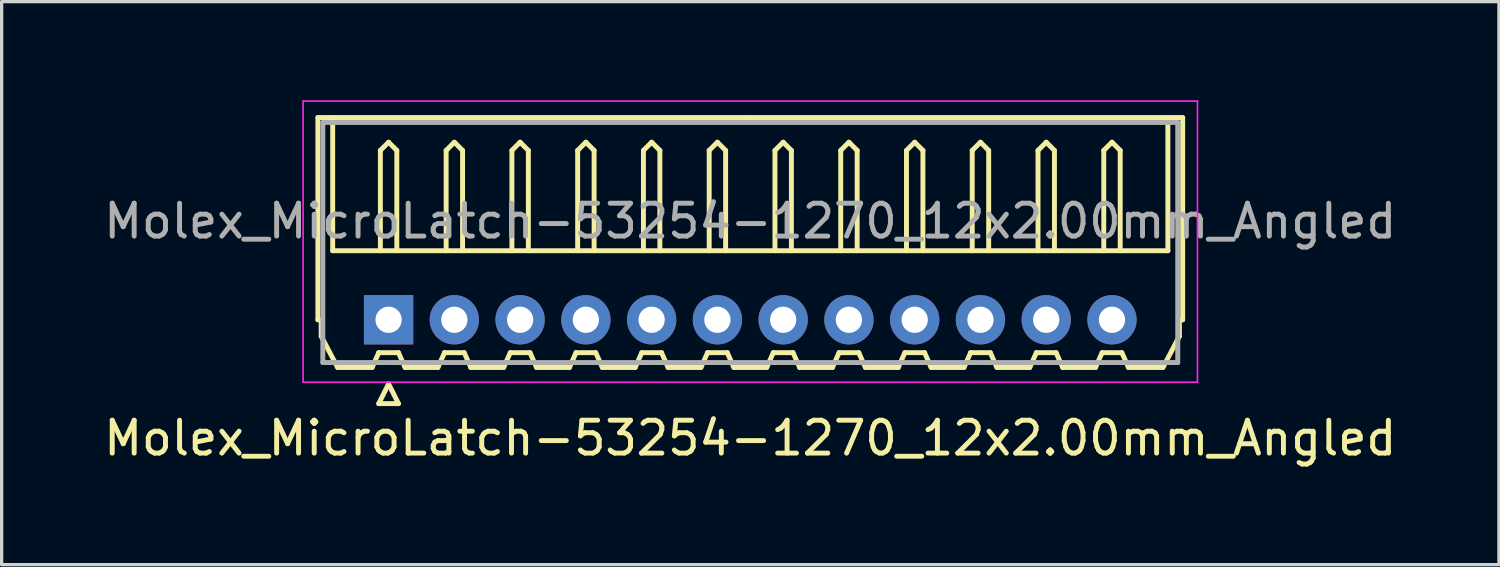
<source format=kicad_pcb>
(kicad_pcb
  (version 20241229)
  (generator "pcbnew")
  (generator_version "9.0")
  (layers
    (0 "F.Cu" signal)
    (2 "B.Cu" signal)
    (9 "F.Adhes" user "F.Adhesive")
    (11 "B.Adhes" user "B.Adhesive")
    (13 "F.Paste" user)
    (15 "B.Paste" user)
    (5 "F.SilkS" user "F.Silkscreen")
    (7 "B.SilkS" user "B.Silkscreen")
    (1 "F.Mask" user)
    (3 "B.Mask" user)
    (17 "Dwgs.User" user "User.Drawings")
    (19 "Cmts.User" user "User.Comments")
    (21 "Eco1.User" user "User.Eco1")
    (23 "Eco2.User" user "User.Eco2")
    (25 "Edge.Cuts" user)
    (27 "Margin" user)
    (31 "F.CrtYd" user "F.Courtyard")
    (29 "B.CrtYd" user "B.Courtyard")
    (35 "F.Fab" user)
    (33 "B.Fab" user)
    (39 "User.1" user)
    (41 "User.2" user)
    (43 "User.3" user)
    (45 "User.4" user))
  (footprint "Molex_MicroLatch-53254-1270_12x2.00mm_Angled"
    (layer "F.Cu")
    (at 8.768 6.675)
    (property "Reference" "Molex_MicroLatch-53254-1270_12x2.00mm_Angled" (at 11 3.6 0) (layer "F.SilkS") (effects (font (size 1 1) (thickness 0.15))))
    (attr through_hole)
    (fp_line (start -2.15 -6.15) (end 11 -6.15) (stroke (width 0.15) (type solid)) (layer "F.SilkS"))
    (fp_line (start -2.15 0) (end -2.15 -6.15) (stroke (width 0.15) (type solid)) (layer "F.SilkS"))
    (fp_line (start -2.05 0) (end -2.15 0) (stroke (width 0.15) (type solid)) (layer "F.SilkS"))
    (fp_line (start -2.05 0.5) (end -2.05 0) (stroke (width 0.15) (type solid)) (layer "F.SilkS"))
    (fp_line (start -1.7 -6.15) (end -1.7 -2.1) (stroke (width 0.15) (type solid)) (layer "F.SilkS"))
    (fp_line (start -1.7 -2.1) (end 23.7 -2.1) (stroke (width 0.15) (type solid)) (layer "F.SilkS"))
    (fp_line (start -1.55 1.45) (end -2.05 0.5) (stroke (width 0.15) (type solid)) (layer "F.SilkS"))
    (fp_line (start -0.5 1.45) (end -1.55 1.45) (stroke (width 0.15) (type solid)) (layer "F.SilkS"))
    (fp_line (start -0.3 1) (end -0.5 1.45) (stroke (width 0.15) (type solid)) (layer "F.SilkS"))
    (fp_line (start -0.3 1) (end 0.3 1) (stroke (width 0.15) (type solid)) (layer "F.SilkS"))
    (fp_line (start -0.3 2.55) (end 0.3 2.55) (stroke (width 0.15) (type solid)) (layer "F.SilkS"))
    (fp_line (start -0.25 -5.15) (end 0 -5.4) (stroke (width 0.15) (type solid)) (layer "F.SilkS"))
    (fp_line (start -0.25 -2.1) (end -0.25 -5.15) (stroke (width 0.15) (type solid)) (layer "F.SilkS"))
    (fp_line (start 0 -5.4) (end 0.25 -5.15) (stroke (width 0.15) (type solid)) (layer "F.SilkS"))
    (fp_line (start 0 1.95) (end -0.3 2.55) (stroke (width 0.15) (type solid)) (layer "F.SilkS"))
    (fp_line (start 0.25 -5.15) (end 0.25 -2.1) (stroke (width 0.15) (type solid)) (layer "F.SilkS"))
    (fp_line (start 0.3 1) (end 0.5 1.45) (stroke (width 0.15) (type solid)) (layer "F.SilkS"))
    (fp_line (start 0.3 2.55) (end 0 1.95) (stroke (width 0.15) (type solid)) (layer "F.SilkS"))
    (fp_line (start 0.5 1.45) (end 1.5 1.45) (stroke (width 0.15) (type solid)) (layer "F.SilkS"))
    (fp_line (start 1.5 1.45) (end 1.7 1) (stroke (width 0.15) (type solid)) (layer "F.SilkS"))
    (fp_line (start 1.7 1) (end 2.3 1) (stroke (width 0.15) (type solid)) (layer "F.SilkS"))
    (fp_line (start 1.75 -5.15) (end 2 -5.4) (stroke (width 0.15) (type solid)) (layer "F.SilkS"))
    (fp_line (start 1.75 -2.1) (end 1.75 -5.15) (stroke (width 0.15) (type solid)) (layer "F.SilkS"))
    (fp_line (start 2 -5.4) (end 2.25 -5.15) (stroke (width 0.15) (type solid)) (layer "F.SilkS"))
    (fp_line (start 2.25 -5.15) (end 2.25 -2.1) (stroke (width 0.15) (type solid)) (layer "F.SilkS"))
    (fp_line (start 2.3 1) (end 2.5 1.45) (stroke (width 0.15) (type solid)) (layer "F.SilkS"))
    (fp_line (start 2.5 1.45) (end 3.5 1.45) (stroke (width 0.15) (type solid)) (layer "F.SilkS"))
    (fp_line (start 3.5 1.45) (end 3.7 1) (stroke (width 0.15) (type solid)) (layer "F.SilkS"))
    (fp_line (start 3.7 1) (end 4.3 1) (stroke (width 0.15) (type solid)) (layer "F.SilkS"))
    (fp_line (start 3.75 -5.15) (end 4 -5.4) (stroke (width 0.15) (type solid)) (layer "F.SilkS"))
    (fp_line (start 3.75 -2.1) (end 3.75 -5.15) (stroke (width 0.15) (type solid)) (layer "F.SilkS"))
    (fp_line (start 4 -5.4) (end 4.25 -5.15) (stroke (width 0.15) (type solid)) (layer "F.SilkS"))
    (fp_line (start 4.25 -5.15) (end 4.25 -2.1) (stroke (width 0.15) (type solid)) (layer "F.SilkS"))
    (fp_line (start 4.3 1) (end 4.5 1.45) (stroke (width 0.15) (type solid)) (layer "F.SilkS"))
    (fp_line (start 4.5 1.45) (end 5.5 1.45) (stroke (width 0.15) (type solid)) (layer "F.SilkS"))
    (fp_line (start 5.5 1.45) (end 5.7 1) (stroke (width 0.15) (type solid)) (layer "F.SilkS"))
    (fp_line (start 5.7 1) (end 6.3 1) (stroke (width 0.15) (type solid)) (layer "F.SilkS"))
    (fp_line (start 5.75 -5.15) (end 6 -5.4) (stroke (width 0.15) (type solid)) (layer "F.SilkS"))
    (fp_line (start 5.75 -2.1) (end 5.75 -5.15) (stroke (width 0.15) (type solid)) (layer "F.SilkS"))
    (fp_line (start 6 -5.4) (end 6.25 -5.15) (stroke (width 0.15) (type solid)) (layer "F.SilkS"))
    (fp_line (start 6.25 -5.15) (end 6.25 -2.1) (stroke (width 0.15) (type solid)) (layer "F.SilkS"))
    (fp_line (start 6.3 1) (end 6.5 1.45) (stroke (width 0.15) (type solid)) (layer "F.SilkS"))
    (fp_line (start 6.5 1.45) (end 7.5 1.45) (stroke (width 0.15) (type solid)) (layer "F.SilkS"))
    (fp_line (start 7.5 1.45) (end 7.7 1) (stroke (width 0.15) (type solid)) (layer "F.SilkS"))
    (fp_line (start 7.7 1) (end 8.3 1) (stroke (width 0.15) (type solid)) (layer "F.SilkS"))
    (fp_line (start 7.75 -5.15) (end 8 -5.4) (stroke (width 0.15) (type solid)) (layer "F.SilkS"))
    (fp_line (start 7.75 -2.1) (end 7.75 -5.15) (stroke (width 0.15) (type solid)) (layer "F.SilkS"))
    (fp_line (start 8 -5.4) (end 8.25 -5.15) (stroke (width 0.15) (type solid)) (layer "F.SilkS"))
    (fp_line (start 8.25 -5.15) (end 8.25 -2.1) (stroke (width 0.15) (type solid)) (layer "F.SilkS"))
    (fp_line (start 8.3 1) (end 8.5 1.45) (stroke (width 0.15) (type solid)) (layer "F.SilkS"))
    (fp_line (start 8.5 1.45) (end 9.5 1.45) (stroke (width 0.15) (type solid)) (layer "F.SilkS"))
    (fp_line (start 9.5 1.45) (end 9.7 1) (stroke (width 0.15) (type solid)) (layer "F.SilkS"))
    (fp_line (start 9.7 1) (end 10.3 1) (stroke (width 0.15) (type solid)) (layer "F.SilkS"))
    (fp_line (start 9.75 -5.15) (end 10 -5.4) (stroke (width 0.15) (type solid)) (layer "F.SilkS"))
    (fp_line (start 9.75 -2.1) (end 9.75 -5.15) (stroke (width 0.15) (type solid)) (layer "F.SilkS"))
    (fp_line (start 10 -5.4) (end 10.25 -5.15) (stroke (width 0.15) (type solid)) (layer "F.SilkS"))
    (fp_line (start 10.25 -5.15) (end 10.25 -2.1) (stroke (width 0.15) (type solid)) (layer "F.SilkS"))
    (fp_line (start 10.3 1) (end 10.5 1.45) (stroke (width 0.15) (type solid)) (layer "F.SilkS"))
    (fp_line (start 10.5 1.45) (end 11.5 1.45) (stroke (width 0.15) (type solid)) (layer "F.SilkS"))
    (fp_line (start 11.5 1.45) (end 11.7 1) (stroke (width 0.15) (type solid)) (layer "F.SilkS"))
    (fp_line (start 11.7 1) (end 12.3 1) (stroke (width 0.15) (type solid)) (layer "F.SilkS"))
    (fp_line (start 11.75 -5.15) (end 12 -5.4) (stroke (width 0.15) (type solid)) (layer "F.SilkS"))
    (fp_line (start 11.75 -2.1) (end 11.75 -5.15) (stroke (width 0.15) (type solid)) (layer "F.SilkS"))
    (fp_line (start 12 -5.4) (end 12.25 -5.15) (stroke (width 0.15) (type solid)) (layer "F.SilkS"))
    (fp_line (start 12.25 -5.15) (end 12.25 -2.1) (stroke (width 0.15) (type solid)) (layer "F.SilkS"))
    (fp_line (start 12.3 1) (end 12.5 1.45) (stroke (width 0.15) (type solid)) (layer "F.SilkS"))
    (fp_line (start 12.5 1.45) (end 13.5 1.45) (stroke (width 0.15) (type solid)) (layer "F.SilkS"))
    (fp_line (start 13.5 1.45) (end 13.7 1) (stroke (width 0.15) (type solid)) (layer "F.SilkS"))
    (fp_line (start 13.7 1) (end 14.3 1) (stroke (width 0.15) (type solid)) (layer "F.SilkS"))
    (fp_line (start 13.75 -5.15) (end 14 -5.4) (stroke (width 0.15) (type solid)) (layer "F.SilkS"))
    (fp_line (start 13.75 -2.1) (end 13.75 -5.15) (stroke (width 0.15) (type solid)) (layer "F.SilkS"))
    (fp_line (start 14 -5.4) (end 14.25 -5.15) (stroke (width 0.15) (type solid)) (layer "F.SilkS"))
    (fp_line (start 14.25 -5.15) (end 14.25 -2.1) (stroke (width 0.15) (type solid)) (layer "F.SilkS"))
    (fp_line (start 14.3 1) (end 14.5 1.45) (stroke (width 0.15) (type solid)) (layer "F.SilkS"))
    (fp_line (start 14.5 1.45) (end 15.5 1.45) (stroke (width 0.15) (type solid)) (layer "F.SilkS"))
    (fp_line (start 15.5 1.45) (end 15.7 1) (stroke (width 0.15) (type solid)) (layer "F.SilkS"))
    (fp_line (start 15.7 1) (end 16.3 1) (stroke (width 0.15) (type solid)) (layer "F.SilkS"))
    (fp_line (start 15.75 -5.15) (end 16 -5.4) (stroke (width 0.15) (type solid)) (layer "F.SilkS"))
    (fp_line (start 15.75 -2.1) (end 15.75 -5.15) (stroke (width 0.15) (type solid)) (layer "F.SilkS"))
    (fp_line (start 16 -5.4) (end 16.25 -5.15) (stroke (width 0.15) (type solid)) (layer "F.SilkS"))
    (fp_line (start 16.25 -5.15) (end 16.25 -2.1) (stroke (width 0.15) (type solid)) (layer "F.SilkS"))
    (fp_line (start 16.3 1) (end 16.5 1.45) (stroke (width 0.15) (type solid)) (layer "F.SilkS"))
    (fp_line (start 16.5 1.45) (end 17.5 1.45) (stroke (width 0.15) (type solid)) (layer "F.SilkS"))
    (fp_line (start 17.5 1.45) (end 17.7 1) (stroke (width 0.15) (type solid)) (layer "F.SilkS"))
    (fp_line (start 17.7 1) (end 18.3 1) (stroke (width 0.15) (type solid)) (layer "F.SilkS"))
    (fp_line (start 17.75 -5.15) (end 18 -5.4) (stroke (width 0.15) (type solid)) (layer "F.SilkS"))
    (fp_line (start 17.75 -2.1) (end 17.75 -5.15) (stroke (width 0.15) (type solid)) (layer "F.SilkS"))
    (fp_line (start 18 -5.4) (end 18.25 -5.15) (stroke (width 0.15) (type solid)) (layer "F.SilkS"))
    (fp_line (start 18.25 -5.15) (end 18.25 -2.1) (stroke (width 0.15) (type solid)) (layer "F.SilkS"))
    (fp_line (start 18.3 1) (end 18.5 1.45) (stroke (width 0.15) (type solid)) (layer "F.SilkS"))
    (fp_line (start 18.5 1.45) (end 19.5 1.45) (stroke (width 0.15) (type solid)) (layer "F.SilkS"))
    (fp_line (start 19.5 1.45) (end 19.7 1) (stroke (width 0.15) (type solid)) (layer "F.SilkS"))
    (fp_line (start 19.7 1) (end 20.3 1) (stroke (width 0.15) (type solid)) (layer "F.SilkS"))
    (fp_line (start 19.75 -5.15) (end 20 -5.4) (stroke (width 0.15) (type solid)) (layer "F.SilkS"))
    (fp_line (start 19.75 -2.1) (end 19.75 -5.15) (stroke (width 0.15) (type solid)) (layer "F.SilkS"))
    (fp_line (start 20 -5.4) (end 20.25 -5.15) (stroke (width 0.15) (type solid)) (layer "F.SilkS"))
    (fp_line (start 20.25 -5.15) (end 20.25 -2.1) (stroke (width 0.15) (type solid)) (layer "F.SilkS"))
    (fp_line (start 20.3 1) (end 20.5 1.45) (stroke (width 0.15) (type solid)) (layer "F.SilkS"))
    (fp_line (start 20.5 1.45) (end 21.5 1.45) (stroke (width 0.15) (type solid)) (layer "F.SilkS"))
    (fp_line (start 21.5 1.45) (end 21.7 1) (stroke (width 0.15) (type solid)) (layer "F.SilkS"))
    (fp_line (start 21.7 1) (end 22.3 1) (stroke (width 0.15) (type solid)) (layer "F.SilkS"))
    (fp_line (start 21.75 -5.15) (end 22 -5.4) (stroke (width 0.15) (type solid)) (layer "F.SilkS"))
    (fp_line (start 21.75 -2.1) (end 21.75 -5.15) (stroke (width 0.15) (type solid)) (layer "F.SilkS"))
    (fp_line (start 22 -5.4) (end 22.25 -5.15) (stroke (width 0.15) (type solid)) (layer "F.SilkS"))
    (fp_line (start 22.25 -5.15) (end 22.25 -2.1) (stroke (width 0.15) (type solid)) (layer "F.SilkS"))
    (fp_line (start 22.3 1) (end 22.5 1.45) (stroke (width 0.15) (type solid)) (layer "F.SilkS"))
    (fp_line (start 22.5 1.45) (end 23.55 1.45) (stroke (width 0.15) (type solid)) (layer "F.SilkS"))
    (fp_line (start 23.55 1.45) (end 24.05 0.5) (stroke (width 0.15) (type solid)) (layer "F.SilkS"))
    (fp_line (start 23.7 -2.1) (end 23.7 -6.15) (stroke (width 0.15) (type solid)) (layer "F.SilkS"))
    (fp_line (start 24.05 0) (end 24.15 0) (stroke (width 0.15) (type solid)) (layer "F.SilkS"))
    (fp_line (start 24.05 0.5) (end 24.05 0) (stroke (width 0.15) (type solid)) (layer "F.SilkS"))
    (fp_line (start 24.15 -6.15) (end 11 -6.15) (stroke (width 0.15) (type solid)) (layer "F.SilkS"))
    (fp_line (start 24.15 0) (end 24.15 -6.15) (stroke (width 0.15) (type solid)) (layer "F.SilkS"))
    (fp_line (start -2.6 -6.65) (end -2.6 1.9) (stroke (width 0.05) (type solid)) (layer "F.CrtYd"))
    (fp_line (start -2.6 1.9) (end 24.6 1.9) (stroke (width 0.05) (type solid)) (layer "F.CrtYd"))
    (fp_line (start 24.6 -6.65) (end -2.6 -6.65) (stroke (width 0.05) (type solid)) (layer "F.CrtYd"))
    (fp_line (start 24.6 1.9) (end 24.6 -6.65) (stroke (width 0.05) (type solid)) (layer "F.CrtYd"))
    (fp_line (start -2 -6) (end -2 1.3) (stroke (width 0.15) (type solid)) (layer "F.Fab"))
    (fp_line (start -2 1.3) (end 24 1.3) (stroke (width 0.15) (type solid)) (layer "F.Fab"))
    (fp_line (start 24 -6) (end -2 -6) (stroke (width 0.15) (type solid)) (layer "F.Fab"))
    (fp_line (start 24 1.3) (end 24 -6) (stroke (width 0.15) (type solid)) (layer "F.Fab"))
    (fp_text user "${REFERENCE}" (at 11 -3 0) (layer "F.Fab") (effects (font (size 1 1) (thickness 0.15))))
    (pad "1" thru_hole rect (at 0 0) (size 1.5 1.5) (drill 0.8) (layers "*.Cu" "*.Mask"))
    (pad "2" thru_hole circle (at 2 0) (size 1.5 1.5) (drill 0.8) (layers "*.Cu" "*.Mask"))
    (pad "3" thru_hole circle (at 4 0) (size 1.5 1.5) (drill 0.8) (layers "*.Cu" "*.Mask"))
    (pad "4" thru_hole circle (at 6 0) (size 1.5 1.5) (drill 0.8) (layers "*.Cu" "*.Mask"))
    (pad "5" thru_hole circle (at 8 0) (size 1.5 1.5) (drill 0.8) (layers "*.Cu" "*.Mask"))
    (pad "6" thru_hole circle (at 10 0) (size 1.5 1.5) (drill 0.8) (layers "*.Cu" "*.Mask"))
    (pad "7" thru_hole circle (at 12 0) (size 1.5 1.5) (drill 0.8) (layers "*.Cu" "*.Mask"))
    (pad "8" thru_hole circle (at 14 0) (size 1.5 1.5) (drill 0.8) (layers "*.Cu" "*.Mask"))
    (pad "9" thru_hole circle (at 16 0) (size 1.5 1.5) (drill 0.8) (layers "*.Cu" "*.Mask"))
    (pad "10" thru_hole circle (at 18 0) (size 1.5 1.5) (drill 0.8) (layers "*.Cu" "*.Mask"))
    (pad "11" thru_hole circle (at 20 0) (size 1.5 1.5) (drill 0.8) (layers "*.Cu" "*.Mask"))
    (pad "12" thru_hole circle (at 22 0) (size 1.5 1.5) (drill 0.8) (layers "*.Cu" "*.Mask")))
  (gr_rect
    (start -3 -3)
    (end 42.536 14.123)
    (stroke (width 0.1) (type default))
    (fill no)
    (layer "Edge.Cuts")))
</source>
